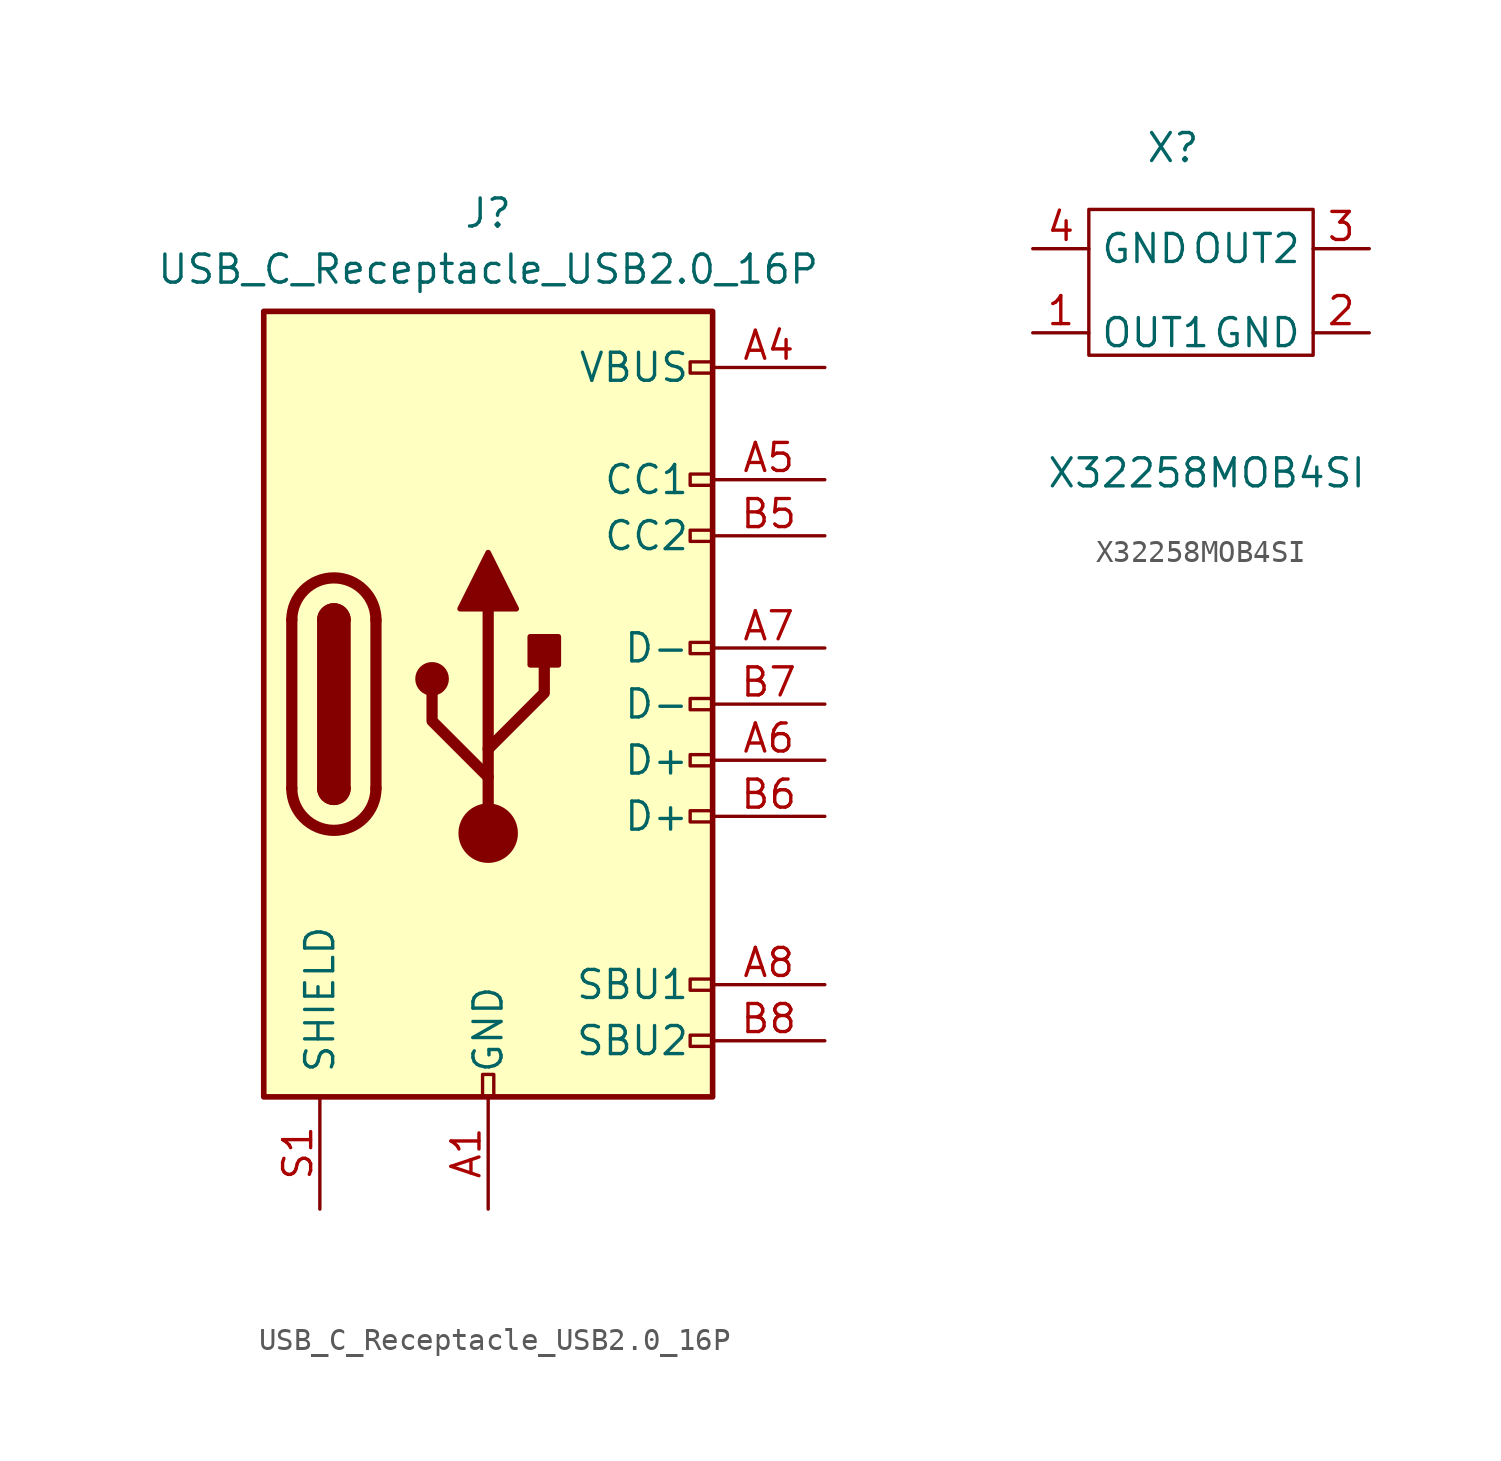
<source format=kicad_sym>
(kicad_symbol_lib
  (version 20231120)
  (generator "kicad_symbol_editor")
  (generator_version "8.0")
  (symbol "USB_C_Receptacle_USB2.0_16P"
    (pin_names
      (offset 1.016))
    (property "Reference" "J"
      (at 0 22.225 0)
      (effects (font (size 1.27 1.27))))
    (property "Value" "USB_C_Receptacle_USB2.0_16P"
      (at 0 19.685 0)
      (effects (font (size 1.27 1.27))))
    (symbol "USB_C_Receptacle_USB2.0_16P_0_0"
      (rectangle (start -0.254 -17.78) (end 0.254 -16.764) (stroke (width 0) (type default)) (fill (type none)))
      (rectangle (start 10.16 -14.986) (end 9.144 -15.494) (stroke (width 0) (type default)) (fill (type none)))
      (rectangle (start 10.16 -12.446) (end 9.144 -12.954) (stroke (width 0) (type default)) (fill (type none)))
      (rectangle (start 10.16 -4.826) (end 9.144 -5.334) (stroke (width 0) (type default)) (fill (type none)))
      (rectangle (start 10.16 -2.286) (end 9.144 -2.794) (stroke (width 0) (type default)) (fill (type none)))
      (rectangle (start 10.16 0.254) (end 9.144 -0.254) (stroke (width 0) (type default)) (fill (type none)))
      (rectangle (start 10.16 2.794) (end 9.144 2.286) (stroke (width 0) (type default)) (fill (type none)))
      (rectangle (start 10.16 7.874) (end 9.144 7.366) (stroke (width 0) (type default)) (fill (type none)))
      (rectangle (start 10.16 10.414) (end 9.144 9.906) (stroke (width 0) (type default)) (fill (type none)))
      (rectangle (start 10.16 15.494) (end 9.144 14.986) (stroke (width 0) (type default)) (fill (type none))))
    (symbol "USB_C_Receptacle_USB2.0_16P_0_1"
      (rectangle (start -10.16 17.78) (end 10.16 -17.78) (stroke (width 0.254) (type default)) (fill (type background)))
      (arc (start -8.89 -3.81) (mid -6.985 -5.7067) (end -5.08 -3.81) (stroke (width 0.508) (type default)) (fill (type none)))
      (arc (start -7.62 -3.81) (mid -6.985 -4.4423) (end -6.35 -3.81) (stroke (width 0.254) (type default)) (fill (type none)))
      (arc (start -7.62 -3.81) (mid -6.985 -4.4423) (end -6.35 -3.81) (stroke (width 0.254) (type default)) (fill (type outline)))
      (rectangle (start -7.62 -3.81) (end -6.35 3.81) (stroke (width 0.254) (type default)) (fill (type outline)))
      (arc (start -6.35 3.81) (mid -6.985 4.4423) (end -7.62 3.81) (stroke (width 0.254) (type default)) (fill (type none)))
      (arc (start -6.35 3.81) (mid -6.985 4.4423) (end -7.62 3.81) (stroke (width 0.254) (type default)) (fill (type outline)))
      (arc (start -5.08 3.81) (mid -6.985 5.7067) (end -8.89 3.81) (stroke (width 0.508) (type default)) (fill (type none)))
      (circle (center -2.54 1.143) (radius 0.635) (stroke (width 0.254) (type default)) (fill (type outline)))
      (circle (center 0 -5.842) (radius 1.27) (stroke (width 0) (type default)) (fill (type outline)))
      (polyline (pts (xy -8.89 -3.81) (xy -8.89 3.81)) (stroke (width 0.508) (type default)) (fill (type none)))
      (polyline (pts (xy -5.08 3.81) (xy -5.08 -3.81)) (stroke (width 0.508) (type default)) (fill (type none)))
      (polyline (pts (xy 0 -5.842) (xy 0 4.318)) (stroke (width 0.508) (type default)) (fill (type none)))
      (polyline (pts (xy 0 -3.302) (xy -2.54 -0.762) (xy -2.54 0.508)) (stroke (width 0.508) (type default)) (fill (type none)))
      (polyline (pts (xy 0 -2.032) (xy 2.54 0.508) (xy 2.54 1.778)) (stroke (width 0.508) (type default)) (fill (type none)))
      (polyline (pts (xy -1.27 4.318) (xy 0 6.858) (xy 1.27 4.318) (xy -1.27 4.318)) (stroke (width 0.254) (type default)) (fill (type outline)))
      (rectangle (start 1.905 1.778) (end 3.175 3.048) (stroke (width 0.254) (type default)) (fill (type outline))))
    (symbol "USB_C_Receptacle_USB2.0_16P_1_1"
      (pin passive line (at 0 -22.86 90) (length 5.08) (name "GND" (effects (font (size 1.27 1.27)))) (number "A1" (effects (font (size 1.27 1.27)))))
      (pin passive line (at 0 -22.86 90) (length 5.08) hide (name "GND" (effects (font (size 1.27 1.27)))) (number "A12" (effects (font (size 1.27 1.27)))))
      (pin passive line (at 15.24 15.24 180) (length 5.08) (name "VBUS" (effects (font (size 1.27 1.27)))) (number "A4" (effects (font (size 1.27 1.27)))))
      (pin bidirectional line (at 15.24 10.16 180) (length 5.08) (name "CC1" (effects (font (size 1.27 1.27)))) (number "A5" (effects (font (size 1.27 1.27)))))
      (pin bidirectional line (at 15.24 -2.54 180) (length 5.08) (name "D+" (effects (font (size 1.27 1.27)))) (number "A6" (effects (font (size 1.27 1.27)))))
      (pin bidirectional line (at 15.24 2.54 180) (length 5.08) (name "D-" (effects (font (size 1.27 1.27)))) (number "A7" (effects (font (size 1.27 1.27)))))
      (pin bidirectional line (at 15.24 -12.7 180) (length 5.08) (name "SBU1" (effects (font (size 1.27 1.27)))) (number "A8" (effects (font (size 1.27 1.27)))))
      (pin passive line (at 15.24 15.24 180) (length 5.08) hide (name "VBUS" (effects (font (size 1.27 1.27)))) (number "A9" (effects (font (size 1.27 1.27)))))
      (pin passive line (at 0 -22.86 90) (length 5.08) hide (name "GND" (effects (font (size 1.27 1.27)))) (number "B1" (effects (font (size 1.27 1.27)))))
      (pin passive line (at 0 -22.86 90) (length 5.08) hide (name "GND" (effects (font (size 1.27 1.27)))) (number "B12" (effects (font (size 1.27 1.27)))))
      (pin passive line (at 15.24 15.24 180) (length 5.08) hide (name "VBUS" (effects (font (size 1.27 1.27)))) (number "B4" (effects (font (size 1.27 1.27)))))
      (pin bidirectional line (at 15.24 7.62 180) (length 5.08) (name "CC2" (effects (font (size 1.27 1.27)))) (number "B5" (effects (font (size 1.27 1.27)))))
      (pin bidirectional line (at 15.24 -5.08 180) (length 5.08) (name "D+" (effects (font (size 1.27 1.27)))) (number "B6" (effects (font (size 1.27 1.27)))))
      (pin bidirectional line (at 15.24 0 180) (length 5.08) (name "D-" (effects (font (size 1.27 1.27)))) (number "B7" (effects (font (size 1.27 1.27)))))
      (pin bidirectional line (at 15.24 -15.24 180) (length 5.08) (name "SBU2" (effects (font (size 1.27 1.27)))) (number "B8" (effects (font (size 1.27 1.27)))))
      (pin passive line (at 15.24 15.24 180) (length 5.08) hide (name "VBUS" (effects (font (size 1.27 1.27)))) (number "B9" (effects (font (size 1.27 1.27)))))
      (pin passive line (at -7.62 -22.86 90) (length 5.08) (name "SHIELD" (effects (font (size 1.27 1.27)))) (number "S1" (effects (font (size 1.27 1.27)))))))
  (symbol "X32258MOB4SI"
    (property "Reference" "X"
      (at -1.27 5.842 0)
      (effects (font (size 1.27 1.27))))
    (property "Value" "X32258MOB4SI"
      (at 0.254 -8.89 0)
      (effects (font (size 1.27 1.27))))
    (symbol "X32258MOB4SI_0_1"
      (rectangle (start -5.08 3.048) (end 5.08 -3.556) (stroke (width 0) (type default)) (fill (type none))))
    (symbol "X32258MOB4SI_1_1"
      (pin output line (at -7.62 -2.54 0) (length 2.54) (name "OUT1" (effects (font (size 1.27 1.27)))) (number "1" (effects (font (size 1.27 1.27)))))
      (pin input line (at 7.62 -2.54 180) (length 2.54) (name "GND" (effects (font (size 1.27 1.27)))) (number "2" (effects (font (size 1.27 1.27)))))
      (pin output line (at 7.62 1.27 180) (length 2.54) (name "OUT2" (effects (font (size 1.27 1.27)))) (number "3" (effects (font (size 1.27 1.27)))))
      (pin input line (at -7.62 1.27 0) (length 2.54) (name "GND" (effects (font (size 1.27 1.27)))) (number "4" (effects (font (size 1.27 1.27))))))))
</source>
